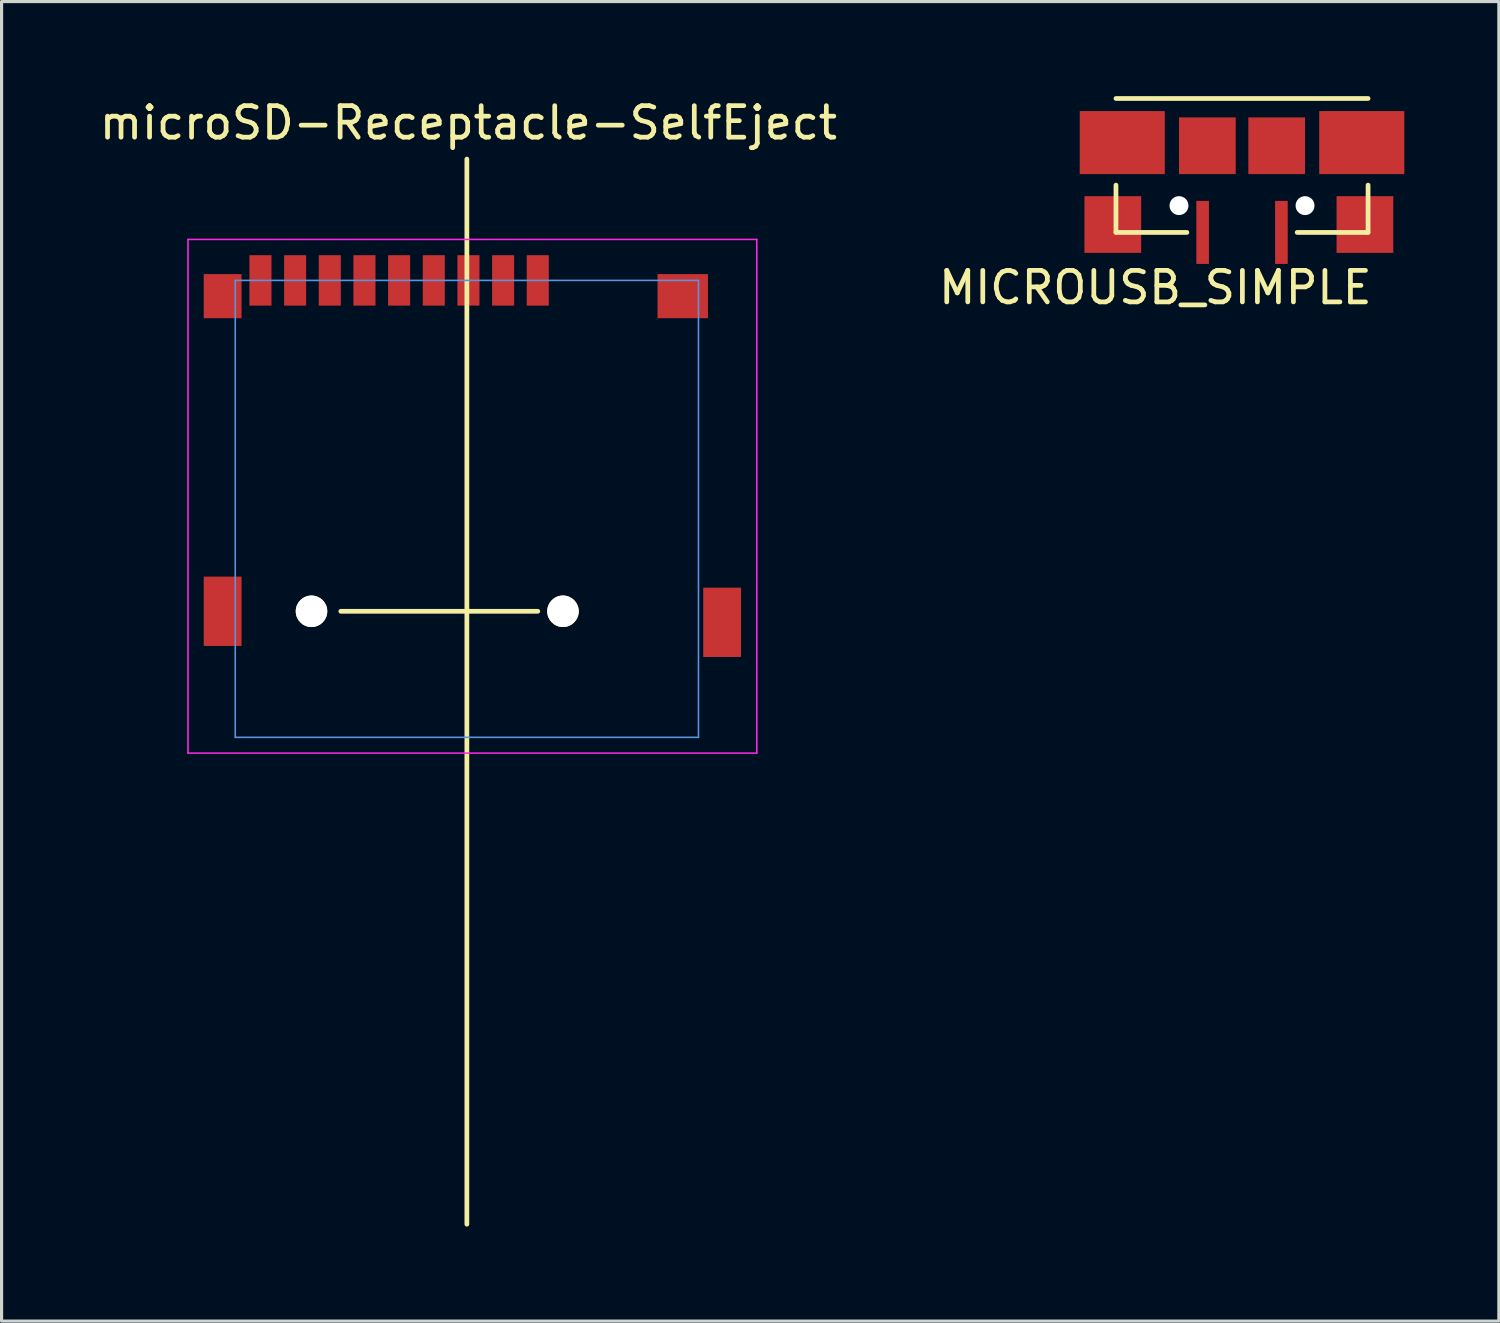
<source format=kicad_pcb>
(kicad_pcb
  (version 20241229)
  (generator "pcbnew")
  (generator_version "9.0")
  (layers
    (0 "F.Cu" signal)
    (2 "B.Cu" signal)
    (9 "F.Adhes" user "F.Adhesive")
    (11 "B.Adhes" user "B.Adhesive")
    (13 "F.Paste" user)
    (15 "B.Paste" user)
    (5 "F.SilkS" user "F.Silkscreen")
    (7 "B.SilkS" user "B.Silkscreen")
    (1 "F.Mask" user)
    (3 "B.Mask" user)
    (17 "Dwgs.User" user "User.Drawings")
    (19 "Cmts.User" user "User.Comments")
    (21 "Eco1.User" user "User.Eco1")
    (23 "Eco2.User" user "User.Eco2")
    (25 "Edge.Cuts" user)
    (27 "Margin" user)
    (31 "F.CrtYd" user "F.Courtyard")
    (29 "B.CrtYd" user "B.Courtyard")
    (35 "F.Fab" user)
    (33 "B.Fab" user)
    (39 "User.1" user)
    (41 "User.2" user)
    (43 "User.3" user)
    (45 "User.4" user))
  (footprint "MICROUSB_SIMPLE"
    (layer "F.Cu")
    (at 36.363 4.075)
    (property "Reference" "MICROUSB_SIMPLE" (at -2.75 2 0) (layer "F.SilkS") (effects (font (size 1 1) (thickness 0.15))))
    (attr through_hole)
    (fp_line (start -4 -4) (end 4 -4) (stroke (width 0.15) (type solid)) (layer "F.SilkS"))
    (fp_line (start -4 -1.25) (end -4 0.25) (stroke (width 0.15) (type solid)) (layer "F.SilkS"))
    (fp_line (start -1.75 0.25) (end -4 0.25) (stroke (width 0.15) (type solid)) (layer "F.SilkS"))
    (fp_line (start 1.75 0.25) (end 4 0.25) (stroke (width 0.15) (type solid)) (layer "F.SilkS"))
    (fp_line (start 4 0.25) (end 4 -1.25) (stroke (width 0.15) (type solid)) (layer "F.SilkS"))
    (pad "" np_thru_hole circle (at -2 -0.6) (size 0.6 0.6) (drill 0.6) (layers "*.Cu" "*.Mask"))
    (pad "" np_thru_hole circle (at 2 -0.6) (size 0.6 0.6) (drill 0.6) (layers "*.Cu" "*.Mask"))
    (pad "1" smd rect (at 1.25 0.25) (size 0.4 2) (layers "F.Cu" "F.Mask" "F.Paste"))
    (pad "5" smd rect (at -1.25 0.25) (size 0.4 2) (layers "F.Cu" "F.Mask" "F.Paste"))
    (pad "6" smd rect (at -4.1 0) (size 1.8 1.8) (layers "F.Cu" "F.Mask" "F.Paste"))
    (pad "6" smd rect (at -3.8 -2.6) (size 2.7 2) (layers "F.Cu" "F.Mask" "F.Paste"))
    (pad "6" smd rect (at -1.1 -2.5) (size 1.8 1.8) (layers "F.Cu" "F.Mask" "F.Paste"))
    (pad "6" smd rect (at 1.1 -2.5) (size 1.8 1.8) (layers "F.Cu" "F.Mask" "F.Paste"))
    (pad "6" smd rect (at 3.8 -2.6) (size 2.7 2) (layers "F.Cu" "F.Mask" "F.Paste"))
    (pad "6" smd rect (at 3.9 0) (size 1.8 1.8) (layers "F.Cu" "F.Mask" "F.Paste")))
  (footprint "microSD-Receptacle-SelfEject"
    (layer "F.Cu")
    (at 11.765 5.848)
    (property "Reference" "microSD-Receptacle-SelfEject" (at 0.05 -5 0) (layer "F.SilkS") (effects (font (size 1 1) (thickness 0.15))))
    (attr through_hole)
    (fp_line (start 0 -3.85) (end 0 29.95) (stroke (width 0.15) (type solid)) (layer "F.SilkS"))
    (fp_line (start 2.25 10.5) (end -4 10.5) (stroke (width 0.15) (type solid)) (layer "F.SilkS"))
    (fp_line (start -7.35 0) (end -7.35 14.5) (stroke (width 0.05) (type solid)) (layer "Cmts.User"))
    (fp_line (start -7.35 14.5) (end 7.35 14.5) (stroke (width 0.05) (type solid)) (layer "Cmts.User"))
    (fp_line (start 7.35 0) (end -7.35 0) (stroke (width 0.05) (type solid)) (layer "Cmts.User"))
    (fp_line (start 7.35 14.5) (end 7.35 0) (stroke (width 0.05) (type solid)) (layer "Cmts.User"))
    (fp_line (start -8.85 -1.3) (end -8.85 15) (stroke (width 0.05) (type solid)) (layer "F.CrtYd"))
    (fp_line (start -8.85 15) (end 9.2 15) (stroke (width 0.05) (type solid)) (layer "F.CrtYd"))
    (fp_line (start 9.2 -1.3) (end -8.85 -1.3) (stroke (width 0.05) (type solid)) (layer "F.CrtYd"))
    (fp_line (start 9.2 15) (end 9.2 -1.3) (stroke (width 0.05) (type solid)) (layer "F.CrtYd"))
    (pad "" np_thru_hole circle (at -4.93 10.5 180) (size 1 1) (drill 1) (layers "*.Cu" "*.Mask" "F.SilkS"))
    (pad "" np_thru_hole circle (at 3.05 10.5 180) (size 1 1) (drill 1) (layers "*.Cu" "*.Mask" "F.SilkS"))
    (pad "1" smd rect (at 2.25 0 180) (size 0.7 1.6) (layers "F.Cu" "F.Mask" "F.Paste"))
    (pad "2" smd rect (at 1.15 0 180) (size 0.7 1.6) (layers "F.Cu" "F.Mask" "F.Paste"))
    (pad "3" smd rect (at 0.05 0 180) (size 0.7 1.6) (layers "F.Cu" "F.Mask" "F.Paste"))
    (pad "4" smd rect (at -1.05 0 180) (size 0.7 1.6) (layers "F.Cu" "F.Mask" "F.Paste"))
    (pad "5" smd rect (at -2.15 0 180) (size 0.7 1.6) (layers "F.Cu" "F.Mask" "F.Paste"))
    (pad "6" smd rect (at -3.25 0 180) (size 0.7 1.6) (layers "F.Cu" "F.Mask" "F.Paste"))
    (pad "7" smd rect (at -4.35 0 180) (size 0.7 1.6) (layers "F.Cu" "F.Mask" "F.Paste"))
    (pad "8" smd rect (at -5.45 0 180) (size 0.7 1.6) (layers "F.Cu" "F.Mask" "F.Paste"))
    (pad "10" smd rect (at -6.55 0 180) (size 0.7 1.6) (layers "F.Cu" "F.Mask" "F.Paste"))
    (pad "11" smd rect (at -7.75 0.5 180) (size 1.2 1.4) (layers "F.Cu" "F.Mask" "F.Paste"))
    (pad "11" smd rect (at -7.75 10.5 180) (size 1.2 2.2) (layers "F.Cu" "F.Mask" "F.Paste"))
    (pad "11" smd rect (at 6.85 0.5 180) (size 1.6 1.4) (layers "F.Cu" "F.Mask" "F.Paste"))
    (pad "11" smd rect (at 8.1 10.85 180) (size 1.2 2.2) (layers "F.Cu" "F.Mask" "F.Paste")))
  (gr_rect
    (start -3 -3)
    (end 44.513 38.873)
    (stroke (width 0.1) (type default))
    (fill no)
    (layer "Edge.Cuts")))
</source>
